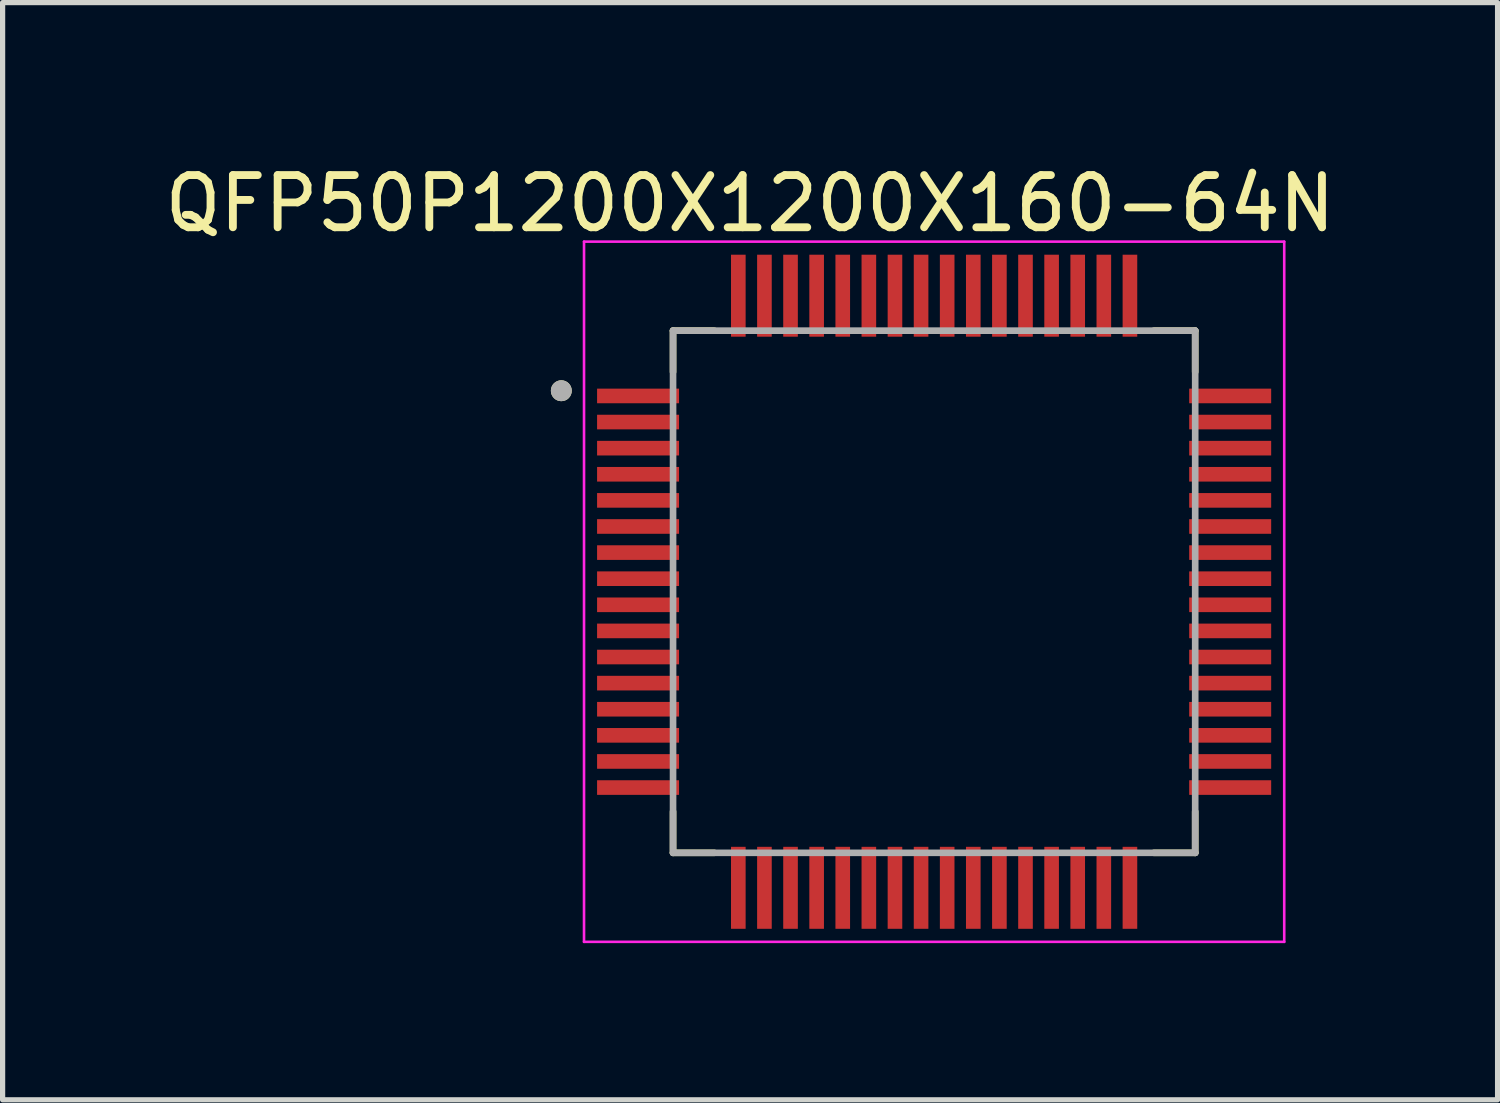
<source format=kicad_pcb>
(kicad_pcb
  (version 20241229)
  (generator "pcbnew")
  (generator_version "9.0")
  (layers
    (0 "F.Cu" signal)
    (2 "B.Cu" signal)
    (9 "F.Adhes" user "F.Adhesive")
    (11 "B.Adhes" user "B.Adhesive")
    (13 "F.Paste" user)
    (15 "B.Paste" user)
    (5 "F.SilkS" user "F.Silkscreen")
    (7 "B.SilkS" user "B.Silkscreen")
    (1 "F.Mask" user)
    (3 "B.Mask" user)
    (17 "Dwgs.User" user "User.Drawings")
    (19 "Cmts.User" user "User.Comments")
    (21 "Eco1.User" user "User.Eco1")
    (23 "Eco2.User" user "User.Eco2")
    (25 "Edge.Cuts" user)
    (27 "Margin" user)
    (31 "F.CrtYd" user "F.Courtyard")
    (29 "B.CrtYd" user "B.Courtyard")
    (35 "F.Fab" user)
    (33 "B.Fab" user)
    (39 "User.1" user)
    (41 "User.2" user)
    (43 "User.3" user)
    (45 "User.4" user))
  (footprint "QFP50P1200X1200X160-64N"
    (layer "F.Cu")
    (at 14.84 8.283)
    (property "Reference" "QFP50P1200X1200X160-64N" (at -3.525 -7.435 0) (layer "F.SilkS") (effects (font (size 1 1) (thickness 0.15))))
    (attr through_hole)
    (fp_line (start -5 -5) (end -5 -4.21) (stroke (width 0.127) (type solid)) (layer "F.SilkS"))
    (fp_line (start -5 -5) (end -4.21 -5) (stroke (width 0.127) (type solid)) (layer "F.SilkS"))
    (fp_line (start -5 5) (end -5 4.21) (stroke (width 0.127) (type solid)) (layer "F.SilkS"))
    (fp_line (start -5 5) (end -4.21 5) (stroke (width 0.127) (type solid)) (layer "F.SilkS"))
    (fp_line (start 5 -5) (end 4.21 -5) (stroke (width 0.127) (type solid)) (layer "F.SilkS"))
    (fp_line (start 5 -5) (end 5 -4.21) (stroke (width 0.127) (type solid)) (layer "F.SilkS"))
    (fp_line (start 5 5) (end 4.21 5) (stroke (width 0.127) (type solid)) (layer "F.SilkS"))
    (fp_line (start 5 5) (end 5 4.21) (stroke (width 0.127) (type solid)) (layer "F.SilkS"))
    (fp_circle (center -7.14 -3.85) (end -7.04 -3.85) (stroke (width 0.2) (type solid)) (fill no) (layer "F.SilkS"))
    (fp_line (start -6.705 -6.705) (end 6.705 -6.705) (stroke (width 0.05) (type solid)) (layer "F.CrtYd"))
    (fp_line (start -6.705 6.705) (end -6.705 -6.705) (stroke (width 0.05) (type solid)) (layer "F.CrtYd"))
    (fp_line (start -6.705 6.705) (end 6.705 6.705) (stroke (width 0.05) (type solid)) (layer "F.CrtYd"))
    (fp_line (start 6.705 6.705) (end 6.705 -6.705) (stroke (width 0.05) (type solid)) (layer "F.CrtYd"))
    (fp_line (start -5 5) (end -5 -5) (stroke (width 0.127) (type solid)) (layer "F.Fab"))
    (fp_line (start 5 -5) (end -5 -5) (stroke (width 0.127) (type solid)) (layer "F.Fab"))
    (fp_line (start 5 5) (end -5 5) (stroke (width 0.127) (type solid)) (layer "F.Fab"))
    (fp_line (start 5 5) (end 5 -5) (stroke (width 0.127) (type solid)) (layer "F.Fab"))
    (fp_circle (center -7.14 -3.85) (end -7.04 -3.85) (stroke (width 0.2) (type solid)) (fill no) (layer "F.Fab"))
    (pad "1" smd rect (at -5.67 -3.75) (size 1.57 0.28) (layers "F.Cu" "F.Mask" "F.Paste"))
    (pad "2" smd rect (at -5.67 -3.25) (size 1.57 0.28) (layers "F.Cu" "F.Mask" "F.Paste"))
    (pad "3" smd rect (at -5.67 -2.75) (size 1.57 0.28) (layers "F.Cu" "F.Mask" "F.Paste"))
    (pad "4" smd rect (at -5.67 -2.25) (size 1.57 0.28) (layers "F.Cu" "F.Mask" "F.Paste"))
    (pad "5" smd rect (at -5.67 -1.75) (size 1.57 0.28) (layers "F.Cu" "F.Mask" "F.Paste"))
    (pad "6" smd rect (at -5.67 -1.25) (size 1.57 0.28) (layers "F.Cu" "F.Mask" "F.Paste"))
    (pad "7" smd rect (at -5.67 -0.75) (size 1.57 0.28) (layers "F.Cu" "F.Mask" "F.Paste"))
    (pad "8" smd rect (at -5.67 -0.25) (size 1.57 0.28) (layers "F.Cu" "F.Mask" "F.Paste"))
    (pad "9" smd rect (at -5.67 0.25) (size 1.57 0.28) (layers "F.Cu" "F.Mask" "F.Paste"))
    (pad "10" smd rect (at -5.67 0.75) (size 1.57 0.28) (layers "F.Cu" "F.Mask" "F.Paste"))
    (pad "11" smd rect (at -5.67 1.25) (size 1.57 0.28) (layers "F.Cu" "F.Mask" "F.Paste"))
    (pad "12" smd rect (at -5.67 1.75) (size 1.57 0.28) (layers "F.Cu" "F.Mask" "F.Paste"))
    (pad "13" smd rect (at -5.67 2.25) (size 1.57 0.28) (layers "F.Cu" "F.Mask" "F.Paste"))
    (pad "14" smd rect (at -5.67 2.75) (size 1.57 0.28) (layers "F.Cu" "F.Mask" "F.Paste"))
    (pad "15" smd rect (at -5.67 3.25) (size 1.57 0.28) (layers "F.Cu" "F.Mask" "F.Paste"))
    (pad "16" smd rect (at -5.67 3.75) (size 1.57 0.28) (layers "F.Cu" "F.Mask" "F.Paste"))
    (pad "17" smd rect (at -3.75 5.67) (size 0.28 1.57) (layers "F.Cu" "F.Mask" "F.Paste"))
    (pad "18" smd rect (at -3.25 5.67) (size 0.28 1.57) (layers "F.Cu" "F.Mask" "F.Paste"))
    (pad "19" smd rect (at -2.75 5.67) (size 0.28 1.57) (layers "F.Cu" "F.Mask" "F.Paste"))
    (pad "20" smd rect (at -2.25 5.67) (size 0.28 1.57) (layers "F.Cu" "F.Mask" "F.Paste"))
    (pad "21" smd rect (at -1.75 5.67) (size 0.28 1.57) (layers "F.Cu" "F.Mask" "F.Paste"))
    (pad "22" smd rect (at -1.25 5.67) (size 0.28 1.57) (layers "F.Cu" "F.Mask" "F.Paste"))
    (pad "23" smd rect (at -0.75 5.67) (size 0.28 1.57) (layers "F.Cu" "F.Mask" "F.Paste"))
    (pad "24" smd rect (at -0.25 5.67) (size 0.28 1.57) (layers "F.Cu" "F.Mask" "F.Paste"))
    (pad "25" smd rect (at 0.25 5.67) (size 0.28 1.57) (layers "F.Cu" "F.Mask" "F.Paste"))
    (pad "26" smd rect (at 0.75 5.67) (size 0.28 1.57) (layers "F.Cu" "F.Mask" "F.Paste"))
    (pad "27" smd rect (at 1.25 5.67) (size 0.28 1.57) (layers "F.Cu" "F.Mask" "F.Paste"))
    (pad "28" smd rect (at 1.75 5.67) (size 0.28 1.57) (layers "F.Cu" "F.Mask" "F.Paste"))
    (pad "29" smd rect (at 2.25 5.67) (size 0.28 1.57) (layers "F.Cu" "F.Mask" "F.Paste"))
    (pad "30" smd rect (at 2.75 5.67) (size 0.28 1.57) (layers "F.Cu" "F.Mask" "F.Paste"))
    (pad "31" smd rect (at 3.25 5.67) (size 0.28 1.57) (layers "F.Cu" "F.Mask" "F.Paste"))
    (pad "32" smd rect (at 3.75 5.67) (size 0.28 1.57) (layers "F.Cu" "F.Mask" "F.Paste"))
    (pad "33" smd rect (at 5.67 3.75) (size 1.57 0.28) (layers "F.Cu" "F.Mask" "F.Paste"))
    (pad "34" smd rect (at 5.67 3.25) (size 1.57 0.28) (layers "F.Cu" "F.Mask" "F.Paste"))
    (pad "35" smd rect (at 5.67 2.75) (size 1.57 0.28) (layers "F.Cu" "F.Mask" "F.Paste"))
    (pad "36" smd rect (at 5.67 2.25) (size 1.57 0.28) (layers "F.Cu" "F.Mask" "F.Paste"))
    (pad "37" smd rect (at 5.67 1.75) (size 1.57 0.28) (layers "F.Cu" "F.Mask" "F.Paste"))
    (pad "38" smd rect (at 5.67 1.25) (size 1.57 0.28) (layers "F.Cu" "F.Mask" "F.Paste"))
    (pad "39" smd rect (at 5.67 0.75) (size 1.57 0.28) (layers "F.Cu" "F.Mask" "F.Paste"))
    (pad "40" smd rect (at 5.67 0.25) (size 1.57 0.28) (layers "F.Cu" "F.Mask" "F.Paste"))
    (pad "41" smd rect (at 5.67 -0.25) (size 1.57 0.28) (layers "F.Cu" "F.Mask" "F.Paste"))
    (pad "42" smd rect (at 5.67 -0.75) (size 1.57 0.28) (layers "F.Cu" "F.Mask" "F.Paste"))
    (pad "43" smd rect (at 5.67 -1.25) (size 1.57 0.28) (layers "F.Cu" "F.Mask" "F.Paste"))
    (pad "44" smd rect (at 5.67 -1.75) (size 1.57 0.28) (layers "F.Cu" "F.Mask" "F.Paste"))
    (pad "45" smd rect (at 5.67 -2.25) (size 1.57 0.28) (layers "F.Cu" "F.Mask" "F.Paste"))
    (pad "46" smd rect (at 5.67 -2.75) (size 1.57 0.28) (layers "F.Cu" "F.Mask" "F.Paste"))
    (pad "47" smd rect (at 5.67 -3.25) (size 1.57 0.28) (layers "F.Cu" "F.Mask" "F.Paste"))
    (pad "48" smd rect (at 5.67 -3.75) (size 1.57 0.28) (layers "F.Cu" "F.Mask" "F.Paste"))
    (pad "49" smd rect (at 3.75 -5.67) (size 0.28 1.57) (layers "F.Cu" "F.Mask" "F.Paste"))
    (pad "50" smd rect (at 3.25 -5.67) (size 0.28 1.57) (layers "F.Cu" "F.Mask" "F.Paste"))
    (pad "51" smd rect (at 2.75 -5.67) (size 0.28 1.57) (layers "F.Cu" "F.Mask" "F.Paste"))
    (pad "52" smd rect (at 2.25 -5.67) (size 0.28 1.57) (layers "F.Cu" "F.Mask" "F.Paste"))
    (pad "53" smd rect (at 1.75 -5.67) (size 0.28 1.57) (layers "F.Cu" "F.Mask" "F.Paste"))
    (pad "54" smd rect (at 1.25 -5.67) (size 0.28 1.57) (layers "F.Cu" "F.Mask" "F.Paste"))
    (pad "55" smd rect (at 0.75 -5.67) (size 0.28 1.57) (layers "F.Cu" "F.Mask" "F.Paste"))
    (pad "56" smd rect (at 0.25 -5.67) (size 0.28 1.57) (layers "F.Cu" "F.Mask" "F.Paste"))
    (pad "57" smd rect (at -0.25 -5.67) (size 0.28 1.57) (layers "F.Cu" "F.Mask" "F.Paste"))
    (pad "58" smd rect (at -0.75 -5.67) (size 0.28 1.57) (layers "F.Cu" "F.Mask" "F.Paste"))
    (pad "59" smd rect (at -1.25 -5.67) (size 0.28 1.57) (layers "F.Cu" "F.Mask" "F.Paste"))
    (pad "60" smd rect (at -1.75 -5.67) (size 0.28 1.57) (layers "F.Cu" "F.Mask" "F.Paste"))
    (pad "61" smd rect (at -2.25 -5.67) (size 0.28 1.57) (layers "F.Cu" "F.Mask" "F.Paste"))
    (pad "62" smd rect (at -2.75 -5.67) (size 0.28 1.57) (layers "F.Cu" "F.Mask" "F.Paste"))
    (pad "63" smd rect (at -3.25 -5.67) (size 0.28 1.57) (layers "F.Cu" "F.Mask" "F.Paste"))
    (pad "64" smd rect (at -3.75 -5.67) (size 0.28 1.57) (layers "F.Cu" "F.Mask" "F.Paste")))
  (gr_rect
    (start -3 -3)
    (end 25.631 18.013)
    (stroke (width 0.1) (type default))
    (fill no)
    (layer "Edge.Cuts")))
</source>
